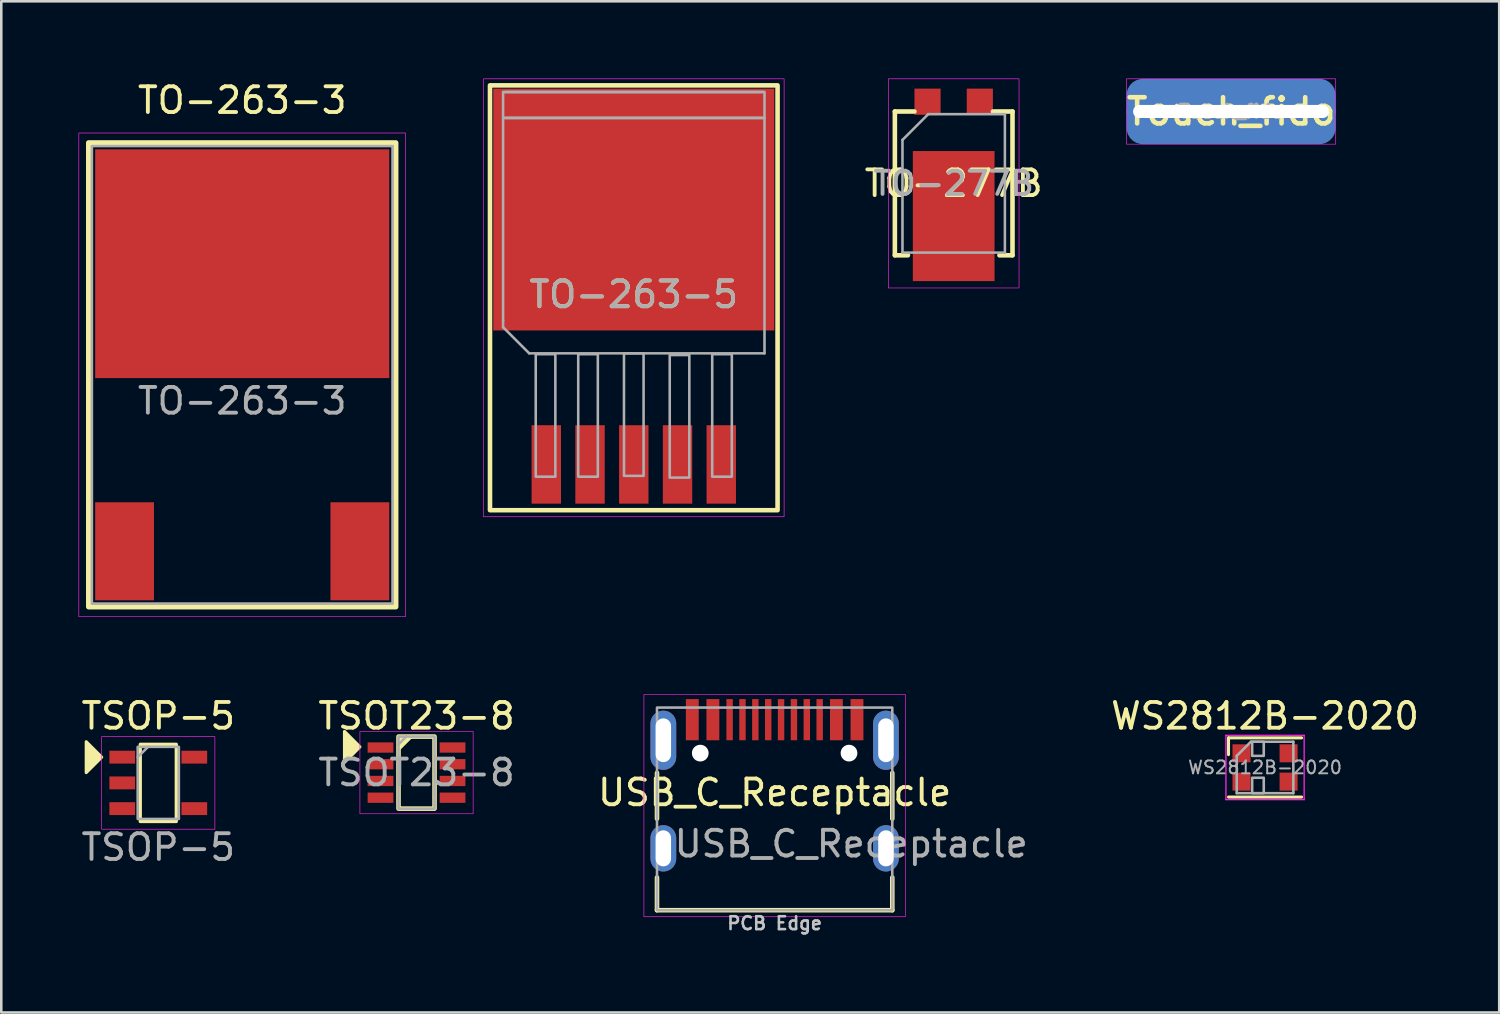
<source format=kicad_pcb>
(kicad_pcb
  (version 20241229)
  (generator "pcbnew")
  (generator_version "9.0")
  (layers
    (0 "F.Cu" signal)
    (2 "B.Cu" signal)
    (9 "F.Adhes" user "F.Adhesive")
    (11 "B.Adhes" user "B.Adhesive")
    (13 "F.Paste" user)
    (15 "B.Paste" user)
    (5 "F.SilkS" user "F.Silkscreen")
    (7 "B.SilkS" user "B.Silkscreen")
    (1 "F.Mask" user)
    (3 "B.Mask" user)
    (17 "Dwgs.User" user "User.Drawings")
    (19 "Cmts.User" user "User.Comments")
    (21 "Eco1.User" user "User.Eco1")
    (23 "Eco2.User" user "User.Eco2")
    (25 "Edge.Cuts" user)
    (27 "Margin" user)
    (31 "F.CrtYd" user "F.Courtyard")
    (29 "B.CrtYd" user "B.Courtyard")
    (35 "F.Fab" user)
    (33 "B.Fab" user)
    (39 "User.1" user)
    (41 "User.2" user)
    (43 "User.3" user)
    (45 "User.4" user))
  (footprint "TO-263-5"
    (layer "F.Cu")
    (at 21.58 8.395)
    (property "Reference" "TO-263-5" (at 0 0 0) (layer "F.SilkS") (effects (font (size 1 1) (thickness 0.15))))
    (attr smd)
    (fp_rect (start -5.588 -8.128) (end 5.588 8.382) (stroke (width 0.178) (type solid)) (fill no) (layer "F.SilkS"))
    (fp_rect (start -5.842 8.636) (end 5.842 -8.382) (stroke (width 0.025) (type solid)) (fill no) (layer "F.CrtYd"))
    (fp_line (start -5.08 -6.858) (end -5.08 1.016) (stroke (width 0.1) (type solid)) (layer "F.Fab"))
    (fp_line (start -5.08 1.27) (end -5.08 1.016) (stroke (width 0.1) (type solid)) (layer "F.Fab"))
    (fp_line (start -5 -7.866) (end 5 -7.866) (stroke (width 0.1) (type solid)) (layer "F.Fab"))
    (fp_line (start -5 -6.866) (end 5 -6.866) (stroke (width 0.1) (type solid)) (layer "F.Fab"))
    (fp_line (start -4.064 2.286) (end -5.08 1.27) (stroke (width 0.1) (type solid)) (layer "F.Fab"))
    (fp_line (start 5.08 -6.858) (end 5.08 2.286) (stroke (width 0.1) (type solid)) (layer "F.Fab"))
    (fp_line (start 5.08 2.286) (end -4.064 2.286) (stroke (width 0.1) (type solid)) (layer "F.Fab"))
    (fp_rect (start -5.08 -7.874) (end 5.08 -6.858) (stroke (width 0.1) (type solid)) (fill no) (layer "F.Fab"))
    (fp_rect (start -3.81 2.318) (end -3.048 7.08) (stroke (width 0.1) (type solid)) (fill no) (layer "F.Fab"))
    (fp_rect (start -2.159 2.318) (end -1.397 7.08) (stroke (width 0.1) (type solid)) (fill no) (layer "F.Fab"))
    (fp_rect (start -0.381 2.286) (end 0.381 7.048) (stroke (width 0.1) (type solid)) (fill no) (layer "F.Fab"))
    (fp_rect (start 1.397 2.353) (end 2.159 7.115) (stroke (width 0.1) (type solid)) (fill no) (layer "F.Fab"))
    (fp_rect (start 3.048 2.318) (end 3.81 7.08) (stroke (width 0.1) (type solid)) (fill no) (layer "F.Fab"))
    (fp_text user "${REFERENCE}" (at 0 0 0) (layer "F.Fab") (effects (font (size 1 1) (thickness 0.15))))
    (pad "" smd rect (at -2.794 -5.715) (size 5.08 4.318) (layers "F.Paste"))
    (pad "" smd rect (at -2.794 -0.889) (size 5.08 4.318) (layers "F.Paste"))
    (pad "" smd rect (at 2.794 -5.715) (size 5.08 4.318) (layers "F.Paste"))
    (pad "" smd rect (at 2.794 -0.889) (size 5.08 4.318) (layers "F.Paste"))
    (pad "1" smd rect (at -3.4 6.604) (size 1.143 3.048) (layers "F.Cu" "F.Mask" "F.Paste"))
    (pad "2" smd rect (at -1.7 6.604) (size 1.143 3.048) (layers "F.Cu" "F.Mask" "F.Paste"))
    (pad "3" smd rect (at 0 6.604) (size 1.143 3.048) (layers "F.Cu" "F.Mask" "F.Paste"))
    (pad "4" smd rect (at 1.7 6.604) (size 1.143 3.048) (layers "F.Cu" "F.Mask" "F.Paste"))
    (pad "5" smd rect (at 3.4 6.604) (size 1.143 3.048) (layers "F.Cu" "F.Mask" "F.Paste"))
    (pad "6" smd rect (at 0 -3.302) (size 10.922 9.398) (layers "F.Cu" "F.Mask")))
  (footprint "USB_C_Receptacle"
    (layer "F.Cu")
    (at 27.054 25.718)
    (property "Reference" "USB_C_Receptacle" (at 0 2.032 0) (layer "F.SilkS") (effects (font (size 1 1) (thickness 0.15))))
    (attr through_hole)
    (fp_line (start -4.572 3.048) (end -4.572 1.27) (stroke (width 0.178) (type solid)) (layer "F.SilkS"))
    (fp_line (start -4.572 5.334) (end -4.572 6.604) (stroke (width 0.178) (type solid)) (layer "F.SilkS"))
    (fp_line (start -4.572 6.604) (end 4.572 6.604) (stroke (width 0.178) (type solid)) (layer "F.SilkS"))
    (fp_line (start 4.572 3.048) (end 4.572 1.27) (stroke (width 0.178) (type solid)) (layer "F.SilkS"))
    (fp_line (start 4.572 5.334) (end 4.572 6.604) (stroke (width 0.178) (type solid)) (layer "F.SilkS"))
    (fp_rect (start -5.08 6.858) (end 5.08 -1.778) (stroke (width 0.025) (type solid)) (fill no) (layer "F.CrtYd"))
    (fp_rect (start -4.572 6.604) (end 4.572 -1.27) (stroke (width 0.1) (type solid)) (fill no) (layer "F.Fab"))
    (fp_text user "PCB Edge" (at 0 7.112 0) (layer "Dwgs.User") (effects (font (size 0.5 0.5) (thickness 0.1))))
    (fp_text user "${REFERENCE}" (at 2.975 4.025 0) (layer "F.Fab") (effects (font (size 1 1) (thickness 0.15))))
    (pad "" np_thru_hole circle (at -2.89 0.5) (size 0.65 0.65) (drill 0.65) (layers "*.Cu" "*.Mask"))
    (pad "" np_thru_hole circle (at 2.89 0.5) (size 0.65 0.65) (drill 0.65) (layers "*.Cu" "*.Mask"))
    (pad "A1" smd rect (at -3.2 -0.8) (size 0.5 1.6) (layers "F.Cu" "F.Mask" "F.Paste"))
    (pad "A4" smd rect (at -2.4 -0.8) (size 0.5 1.6) (layers "F.Cu" "F.Mask" "F.Paste"))
    (pad "A5" smd rect (at -1.25 -0.8) (size 0.25 1.6) (layers "F.Cu" "F.Mask" "F.Paste"))
    (pad "A6" smd rect (at -0.25 -0.8) (size 0.25 1.6) (layers "F.Cu" "F.Mask" "F.Paste"))
    (pad "A7" smd rect (at 0.25 -0.8) (size 0.25 1.6) (layers "F.Cu" "F.Mask" "F.Paste"))
    (pad "A8" smd rect (at 1.25 -0.8) (size 0.25 1.6) (layers "F.Cu" "F.Mask" "F.Paste"))
    (pad "B1" smd rect (at 3.2 -0.8) (size 0.5 1.6) (layers "F.Cu" "F.Mask" "F.Paste"))
    (pad "B4" smd rect (at 2.4 -0.8) (size 0.5 1.6) (layers "F.Cu" "F.Mask" "F.Paste"))
    (pad "B5" smd rect (at 1.75 -0.8) (size 0.25 1.6) (layers "F.Cu" "F.Mask" "F.Paste"))
    (pad "B6" smd rect (at 0.75 -0.8) (size 0.25 1.6) (layers "F.Cu" "F.Mask" "F.Paste"))
    (pad "B7" smd rect (at -0.75 -0.8) (size 0.25 1.6) (layers "F.Cu" "F.Mask" "F.Paste"))
    (pad "B8" smd rect (at -1.75 -0.8) (size 0.25 1.6) (layers "F.Cu" "F.Mask" "F.Paste"))
    (pad "SH" thru_hole oval (at -4.325 0) (size 1 2.3) (drill oval 0.6 1.7) (layers "*.Cu" "*.Mask"))
    (pad "SH" thru_hole oval (at -4.325 4.2) (size 1 1.8) (drill oval 0.6 1.4) (layers "*.Cu" "*.Mask"))
    (pad "SH" thru_hole oval (at 4.325 0) (size 1 2.3) (drill oval 0.6 1.7) (layers "*.Cu" "*.Mask"))
    (pad "SH" thru_hole oval (at 4.325 4.2) (size 1 1.8) (drill oval 0.6 1.4) (layers "*.Cu" "*.Mask")))
  (footprint "Touch_fido"
    (layer "F.Cu")
    (at 44.794 1.283)
    (property "Reference" "Touch_fido" (at 0 0 0) (layer "F.SilkS") (effects (font (size 1.016 1.016) (thickness 0.178))))
    (attr smd)
    (fp_rect (start -4.064 -1.27) (end 4.064 1.27) (stroke (width 0.025) (type solid)) (fill no) (layer "F.CrtYd"))
    (fp_text user "${REFERENCE}" (at 0 0 0) (layer "F.Fab") (effects (font (size 0.508 0.508) (thickness 0.127))))
    (pad "1" thru_hole oval (at 0 0) (size 8.128 1.016) (drill oval 7.62 0.508) (layers "*.Cu" "*.Mask"))
    (pad "1" smd roundrect (at 0 0) (size 8.128 2.54) (layers "B.Cu" "B.Mask") (roundrect_rratio 0.25)))
  (footprint "WS2812B-2020"
    (layer "F.Cu")
    (at 46.112 26.775)
    (property "Reference" "WS2812B-2020" (at 0 -2 0) (layer "F.SilkS") (effects (font (size 1 1) (thickness 0.15))))
    (attr smd)
    (fp_line (start -1.42 -1.15) (end -1.42 -0.5) (stroke (width 0.12) (type solid)) (layer "F.SilkS"))
    (fp_line (start -1.42 -1.15) (end 1.42 -1.15) (stroke (width 0.12) (type solid)) (layer "F.SilkS"))
    (fp_line (start -1.42 1.15) (end 1.42 1.15) (stroke (width 0.12) (type solid)) (layer "F.SilkS"))
    (fp_line (start -1.52 -1.25) (end -1.52 1.25) (stroke (width 0.05) (type solid)) (layer "F.CrtYd"))
    (fp_line (start -1.52 1.25) (end 1.52 1.25) (stroke (width 0.05) (type solid)) (layer "F.CrtYd"))
    (fp_line (start 1.52 -1.25) (end -1.52 -1.25) (stroke (width 0.05) (type solid)) (layer "F.CrtYd"))
    (fp_line (start 1.52 1.25) (end 1.52 -1.25) (stroke (width 0.05) (type solid)) (layer "F.CrtYd"))
    (fp_line (start -1.1 -0.45) (end -1.1 1) (stroke (width 0.1) (type solid)) (layer "F.Fab"))
    (fp_line (start -1.1 1) (end 1.1 1) (stroke (width 0.1) (type solid)) (layer "F.Fab"))
    (fp_line (start -0.55 -1) (end -1.1 -0.45) (stroke (width 0.1) (type solid)) (layer "F.Fab"))
    (fp_line (start 1.1 -1) (end -0.55 -1) (stroke (width 0.1) (type solid)) (layer "F.Fab"))
    (fp_line (start 1.1 -1) (end 1.1 1) (stroke (width 0.1) (type solid)) (layer "F.Fab"))
    (fp_rect (start -0.5 -1) (end -0.05 -0.45) (stroke (width 0.1) (type solid)) (fill no) (layer "F.Fab"))
    (fp_rect (start -0.5 0.4) (end -0.05 1) (stroke (width 0.1) (type solid)) (fill no) (layer "F.Fab"))
    (fp_text user "${REFERENCE}" (at 0 0 0) (layer "F.Fab") (effects (font (size 0.5 0.5) (thickness 0.075))))
    (pad "1" smd rect (at -0.915 -0.55) (size 0.7 0.7) (layers "F.Cu" "F.Mask" "F.Paste"))
    (pad "2" smd rect (at -0.915 0.55) (size 0.7 0.7) (layers "F.Cu" "F.Mask" "F.Paste"))
    (pad "3" smd rect (at 0.915 0.55) (size 0.7 0.7) (layers "F.Cu" "F.Mask" "F.Paste"))
    (pad "4" smd rect (at 0.915 -0.55) (size 0.7 0.7) (layers "F.Cu" "F.Mask" "F.Paste")))
  (footprint "TO-277B"
    (layer "F.Cu")
    (at 34.012 4.077)
    (property "Reference" "TO-277B" (at 0 0 180) (layer "F.SilkS") (effects (font (size 1 1) (thickness 0.15))))
    (attr smd)
    (fp_line (start -2.286 -2.794) (end -2.286 2.794) (stroke (width 0.178) (type solid)) (layer "F.SilkS"))
    (fp_line (start -2.286 2.794) (end -1.778 2.794) (stroke (width 0.178) (type solid)) (layer "F.SilkS"))
    (fp_line (start -1.524 -2.794) (end -2.286 -2.794) (stroke (width 0.178) (type solid)) (layer "F.SilkS"))
    (fp_line (start 1.778 2.794) (end 2.286 2.794) (stroke (width 0.178) (type solid)) (layer "F.SilkS"))
    (fp_line (start 2.286 -2.794) (end 1.524 -2.794) (stroke (width 0.178) (type solid)) (layer "F.SilkS"))
    (fp_line (start 2.286 2.794) (end 2.286 -2.794) (stroke (width 0.178) (type solid)) (layer "F.SilkS"))
    (fp_rect (start -2.54 4.064) (end 2.54 -4.064) (stroke (width 0.025) (type solid)) (fill no) (layer "F.CrtYd"))
    (fp_line (start -1.99 -1.69) (end -1.99 2.69) (stroke (width 0.1) (type solid)) (layer "F.Fab"))
    (fp_line (start -1.99 -1.69) (end -0.99 -2.69) (stroke (width 0.1) (type solid)) (layer "F.Fab"))
    (fp_line (start -1.99 2.69) (end 1.99 2.69) (stroke (width 0.1) (type solid)) (layer "F.Fab"))
    (fp_line (start 1.99 -2.69) (end -1 -2.69) (stroke (width 0.1) (type solid)) (layer "F.Fab"))
    (fp_line (start 1.99 2.69) (end 1.99 -2.69) (stroke (width 0.1) (type solid)) (layer "F.Fab"))
    (fp_text user "${REFERENCE}" (at 0 0 0) (layer "F.Fab") (effects (font (size 0.9 0.9) (thickness 0.15))))
    (pad "" smd rect (at -0.9 -0.6) (size 1.3 1.2) (layers "F.Paste"))
    (pad "" smd rect (at -0.9 1.2) (size 1.3 1.2) (layers "F.Paste"))
    (pad "" smd rect (at -0.9 3) (size 1.3 1.2) (layers "F.Paste"))
    (pad "" smd rect (at 0.9 -0.6) (size 1.3 1.2) (layers "F.Paste"))
    (pad "" smd rect (at 0.9 1.2) (size 1.3 1.2) (layers "F.Paste"))
    (pad "" smd rect (at 0.9 3) (size 1.3 1.2) (layers "F.Paste"))
    (pad "1" smd rect (at -1.016 -3.175) (size 1.016 1.016) (layers "F.Cu" "F.Mask" "F.Paste"))
    (pad "2" smd rect (at 1.016 -3.175) (size 1.016 1.016) (layers "F.Cu" "F.Mask" "F.Paste"))
    (pad "3" smd rect (at 0 1.27) (size 3.175 5.055) (layers "F.Cu" "F.Mask")))
  (footprint "TSOT23-8"
    (layer "F.Cu")
    (at 13.137 26.975)
    (property "Reference" "TSOT23-8" (at 0 -2.2 0) (unlocked yes) (layer "F.SilkS") (effects (font (size 1 1) (thickness 0.15))))
    (attr smd)
    (fp_rect (start -0.7 -1.4) (end 0.7 1.4) (stroke (width 0.178) (type solid)) (fill no) (layer "F.SilkS"))
    (fp_poly (pts (xy -2.2 -1) (xy -2.8 -0.4) (xy -2.8 -1.6)) (stroke (width 0.12) (type solid)) (fill yes) (layer "F.SilkS"))
    (fp_poly (pts (xy -0.7 -0.9) (xy -0.7 -1.4) (xy -0.2 -1.4)) (stroke (width 0.12) (type solid)) (fill yes) (layer "F.SilkS"))
    (fp_rect (start -2.2 -1.6) (end 2.2 1.6) (stroke (width 0.025) (type solid)) (fill no) (layer "F.CrtYd"))
    (fp_line (start -0.7 -1.1) (end -0.4 -1.4) (stroke (width 0.1) (type solid)) (layer "F.Fab"))
    (fp_rect (start -0.7 -1.4) (end 0.7 1.4) (stroke (width 0.1) (type solid)) (fill no) (layer "F.Fab"))
    (fp_text user "${REFERENCE}" (at 0 0 0) (unlocked yes) (layer "F.Fab") (effects (font (size 1 1) (thickness 0.15))))
    (pad "1" smd rect (at -1.4 -0.975) (size 1 0.4) (layers "F.Cu" "F.Mask" "F.Paste"))
    (pad "2" smd rect (at -1.4 -0.325) (size 1 0.4) (layers "F.Cu" "F.Mask" "F.Paste"))
    (pad "3" smd rect (at -1.4 0.325) (size 1 0.4) (layers "F.Cu" "F.Mask" "F.Paste"))
    (pad "4" smd rect (at -1.4 0.975) (size 1 0.4) (layers "F.Cu" "F.Mask" "F.Paste"))
    (pad "5" smd rect (at 1.4 0.975) (size 1 0.4) (layers "F.Cu" "F.Mask" "F.Paste"))
    (pad "6" smd rect (at 1.4 0.325) (size 1 0.4) (layers "F.Cu" "F.Mask" "F.Paste"))
    (pad "7" smd rect (at 1.4 -0.325) (size 1 0.4) (layers "F.Cu" "F.Mask" "F.Paste"))
    (pad "8" smd rect (at 1.4 -0.975) (size 1 0.4) (layers "F.Cu" "F.Mask" "F.Paste")))
  (footprint "TSOP-5"
    (layer "F.Cu")
    (at 3.101 27.375)
    (property "Reference" "TSOP-5" (at 0 -2.6 0) (unlocked yes) (layer "F.SilkS") (effects (font (size 1 1) (thickness 0.15))))
    (attr smd)
    (fp_rect (start -0.7 -1.5) (end 0.7 1.5) (stroke (width 0.127) (type solid)) (fill no) (layer "F.SilkS"))
    (fp_poly (pts (xy -2.2 -1) (xy -2.8 -0.4) (xy -2.8 -1.6)) (stroke (width 0.12) (type solid)) (fill yes) (layer "F.SilkS"))
    (fp_rect (start -2.2 -1.8) (end 2.2 1.8) (stroke (width 0.025) (type solid)) (fill no) (layer "F.CrtYd"))
    (fp_line (start -0.8 -1) (end -0.4 -1.4) (stroke (width 0.1) (type solid)) (layer "F.Fab"))
    (fp_rect (start -0.8 -1.4) (end 0.8 1.4) (stroke (width 0.1) (type solid)) (fill no) (layer "F.Fab"))
    (fp_text user "${REFERENCE}" (at 0 2.5 0) (unlocked yes) (layer "F.Fab") (effects (font (size 1 1) (thickness 0.15))))
    (pad "1" smd rect (at -1.4 -1) (size 1 0.5) (layers "F.Cu" "F.Mask" "F.Paste"))
    (pad "2" smd rect (at -1.4 0) (size 1 0.5) (layers "F.Cu" "F.Mask" "F.Paste"))
    (pad "3" smd rect (at -1.4 1) (size 1 0.5) (layers "F.Cu" "F.Mask" "F.Paste"))
    (pad "4" smd rect (at 1.4 1) (size 1 0.5) (layers "F.Cu" "F.Mask" "F.Paste"))
    (pad "5" smd rect (at 1.4 -1) (size 1 0.5) (layers "F.Cu" "F.Mask" "F.Paste")))
  (footprint "TO-263-3"
    (layer "F.Cu")
    (at 6.363 11.516)
    (property "Reference" "TO-263-3" (at 0 -10.668 0) (layer "F.SilkS") (effects (font (size 1 1) (thickness 0.15))))
    (attr smd)
    (fp_rect (start -5.969 9.017) (end 5.969 -9.017) (stroke (width 0.203) (type solid)) (fill no) (layer "F.SilkS"))
    (fp_rect (start -6.35 9.398) (end 6.35 -9.398) (stroke (width 0.025) (type solid)) (fill no) (layer "F.CrtYd"))
    (fp_rect (start -5.842 8.89) (end 5.842 -8.89) (stroke (width 0.1) (type solid)) (fill no) (layer "F.Fab"))
    (fp_text user "${REFERENCE}" (at 0 1.016 0) (layer "F.Fab") (effects (font (size 1 1) (thickness 0.15))))
    (pad "1" smd rect (at -4.572 6.858) (size 2.286 3.81) (layers "F.Cu" "F.Mask" "F.Paste"))
    (pad "2" smd rect (at 0 -4.318) (size 11.43 8.89) (layers "F.Cu" "F.Mask" "F.Paste"))
    (pad "3" smd rect (at 4.572 6.858) (size 2.286 3.81) (layers "F.Cu" "F.Mask" "F.Paste")))
  (gr_rect
    (start -3 -3)
    (end 55.213 36.298)
    (stroke (width 0.1) (type default))
    (fill no)
    (layer "Edge.Cuts")))
</source>
